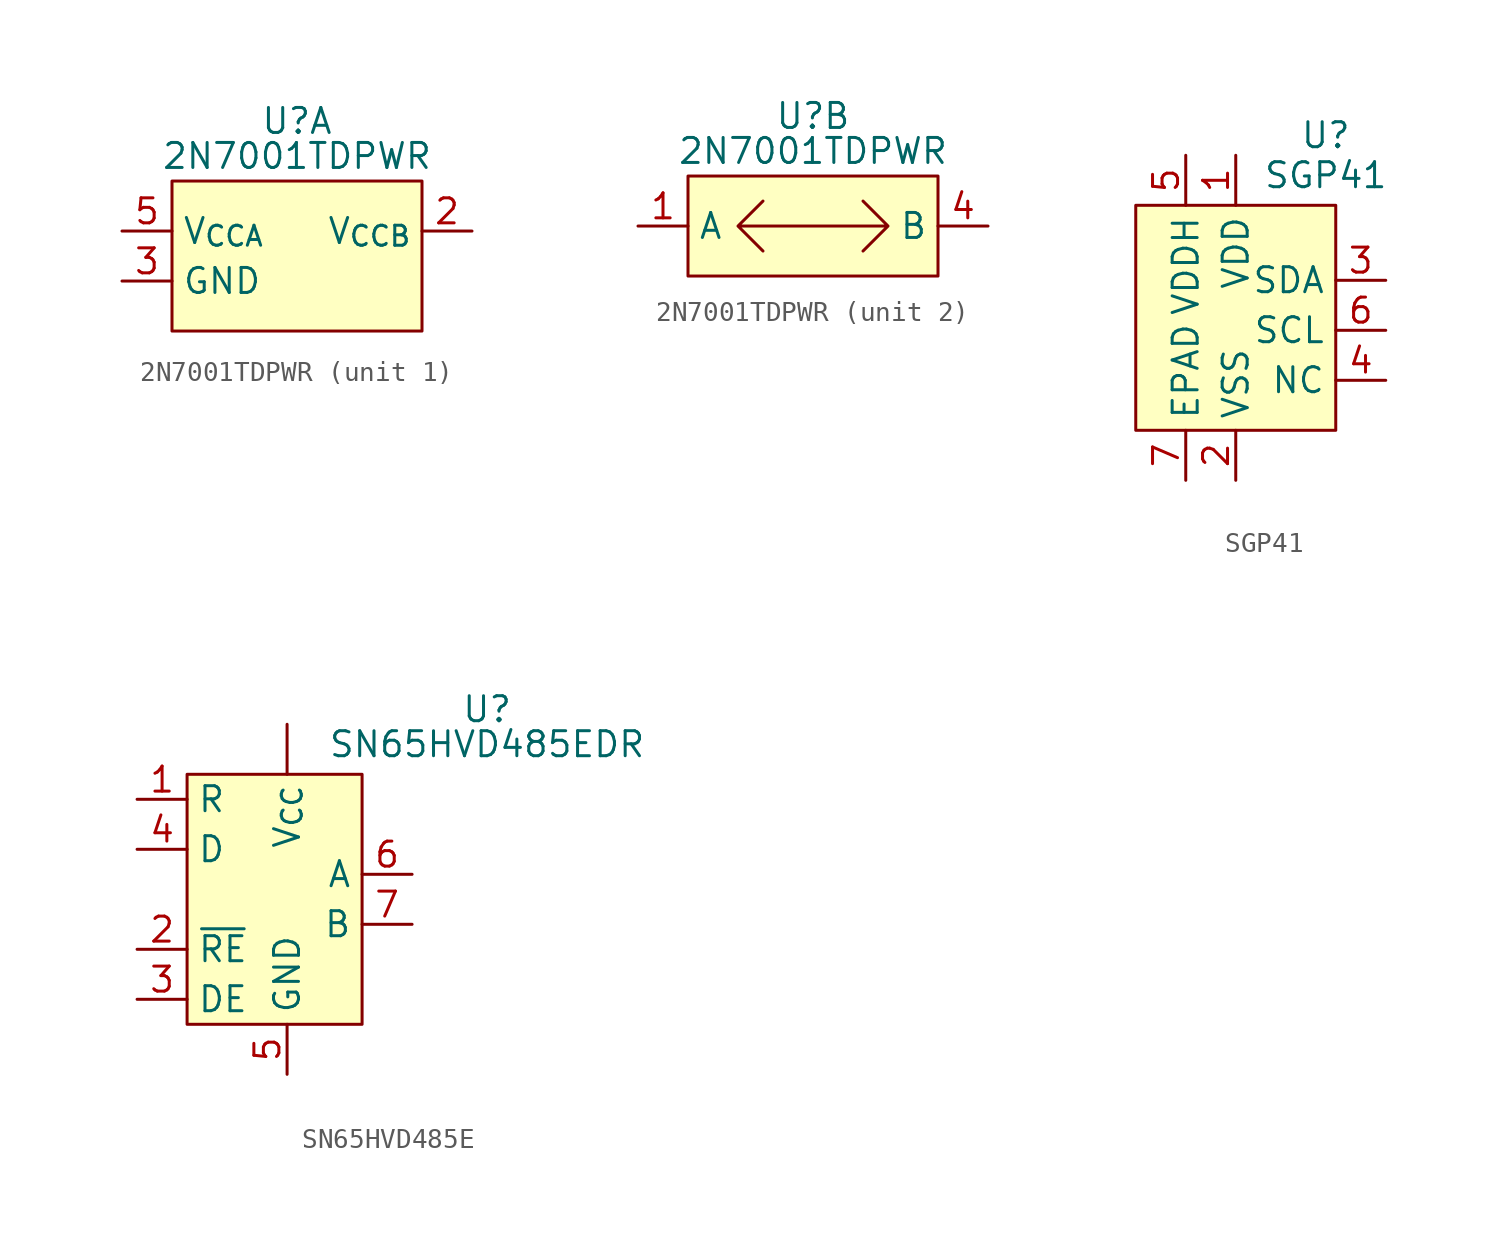
<source format=kicad_sym>
(kicad_symbol_lib
  (version 20241209)
  (generator "kicad_symbol_editor")
  (generator_version "9.0")
  (symbol "2N7001TDPWR"
    (property "Reference" "U"
      (at 0 5.588 0)
      (effects (font (size 1.27 1.27))))
    (property "Value" "2N7001TDPWR"
      (at 0 3.81 0)
      (effects (font (size 1.27 1.27))))
    (property "ki_locked" ""
      (at 0 0 0)
      (effects (font (size 1.27 1.27))))
    (symbol "2N7001TDPWR_1_1"
      (rectangle (start -6.35 2.54) (end 6.35 -5.08) (stroke (width 0) (type solid)) (fill (type background)))
      (pin power_in line (at -8.89 0 0) (length 2.54) (name "V_{CCA}" (effects (font (size 1.27 1.27)))) (number "5" (effects (font (size 1.27 1.27)))))
      (pin power_in line (at -8.89 -2.54 0) (length 2.54) (name "GND" (effects (font (size 1.27 1.27)))) (number "3" (effects (font (size 1.27 1.27)))))
      (pin power_in line (at 8.89 0 180) (length 2.54) (name "V_{CCB}" (effects (font (size 1.27 1.27)))) (number "2" (effects (font (size 1.27 1.27))))))
    (symbol "2N7001TDPWR_2_1"
      (rectangle (start -6.35 2.54) (end 6.35 -2.54) (stroke (width 0) (type solid)) (fill (type background)))
      (polyline (pts (xy -3.81 0) (xy 3.81 0) (xy 2.54 1.27) (xy 3.81 0) (xy 2.54 -1.27) (xy 3.81 0) (xy -3.81 0) (xy -2.54 1.27) (xy -3.81 0) (xy -2.54 -1.27)) (stroke (width 0) (type default)) (fill (type none)))
      (pin bidirectional line (at -8.89 0 0) (length 2.54) (name "A" (effects (font (size 1.27 1.27)))) (number "1" (effects (font (size 1.27 1.27)))))
      (pin bidirectional line (at 8.89 0 180) (length 2.54) (name "B" (effects (font (size 1.27 1.27)))) (number "4" (effects (font (size 1.27 1.27)))))))
  (symbol "SGP41"
    (property "Reference" "U"
      (at 4.572 9.906 0)
      (effects (font (size 1.27 1.27))))
    (property "Value" "SGP41"
      (at 4.572 7.874 0)
      (effects (font (size 1.27 1.27))))
    (symbol "SGP41_1_1"
      (rectangle (start -5.08 6.35) (end 5.08 -5.08) (stroke (width 0) (type solid)) (fill (type background)))
      (pin power_in line (at -2.54 8.89 270) (length 2.54) (name "VDDH" (effects (font (size 1.27 1.27)))) (number "5" (effects (font (size 1.27 1.27)))))
      (pin unspecified line (at -2.54 -7.62 90) (length 2.54) (name "EPAD" (effects (font (size 1.27 1.27)))) (number "7" (effects (font (size 1.27 1.27)))))
      (pin power_in line (at 0 8.89 270) (length 2.54) (name "VDD" (effects (font (size 1.27 1.27)))) (number "1" (effects (font (size 1.27 1.27)))))
      (pin power_in line (at 0 -7.62 90) (length 2.54) (name "VSS" (effects (font (size 1.27 1.27)))) (number "2" (effects (font (size 1.27 1.27)))))
      (pin bidirectional line (at 7.62 2.54 180) (length 2.54) (name "SDA" (effects (font (size 1.27 1.27)))) (number "3" (effects (font (size 1.27 1.27)))))
      (pin input line (at 7.62 0 180) (length 2.54) (name "SCL" (effects (font (size 1.27 1.27)))) (number "6" (effects (font (size 1.27 1.27)))))
      (pin unspecified line (at 7.62 -2.54 180) (length 2.54) (name "NC" (effects (font (size 1.27 1.27)))) (number "4" (effects (font (size 1.27 1.27)))))))
  (symbol "SN65HVD485E"
    (property "Reference" "U"
      (at 10.16 9.652 0)
      (effects (font (size 1.27 1.27))))
    (property "Value" "SN65HVD485EDR"
      (at 10.16 7.874 0)
      (effects (font (size 1.27 1.27))))
    (symbol "SN65HVD485E_1_1"
      (rectangle (start -5.08 6.35) (end 3.81 -6.35) (stroke (width 0) (type solid)) (fill (type background)))
      (pin output line (at -7.62 5.08 0) (length 2.54) (name "R" (effects (font (size 1.27 1.27)))) (number "1" (effects (font (size 1.27 1.27)))))
      (pin input line (at -7.62 2.54 0) (length 2.54) (name "D" (effects (font (size 1.27 1.27)))) (number "4" (effects (font (size 1.27 1.27)))))
      (pin input line (at -7.62 -2.54 0) (length 2.54) (name "~{RE}" (effects (font (size 1.27 1.27)))) (number "2" (effects (font (size 1.27 1.27)))))
      (pin input line (at -7.62 -5.08 0) (length 2.54) (name "DE" (effects (font (size 1.27 1.27)))) (number "3" (effects (font (size 1.27 1.27)))))
      (pin power_in line (at 0 8.89 270) (length 2.54) (name "V_{CC}" (effects (font (size 1.27 1.27)))) (number "" (effects (font (size 1.27 1.27)))))
      (pin power_in line (at 0 -8.89 90) (length 2.54) (name "GND" (effects (font (size 1.27 1.27)))) (number "5" (effects (font (size 1.27 1.27)))))
      (pin bidirectional line (at 6.35 1.27 180) (length 2.54) (name "A" (effects (font (size 1.27 1.27)))) (number "6" (effects (font (size 1.27 1.27)))))
      (pin bidirectional line (at 6.35 -1.27 180) (length 2.54) (name "B" (effects (font (size 1.27 1.27)))) (number "7" (effects (font (size 1.27 1.27))))))))
</source>
